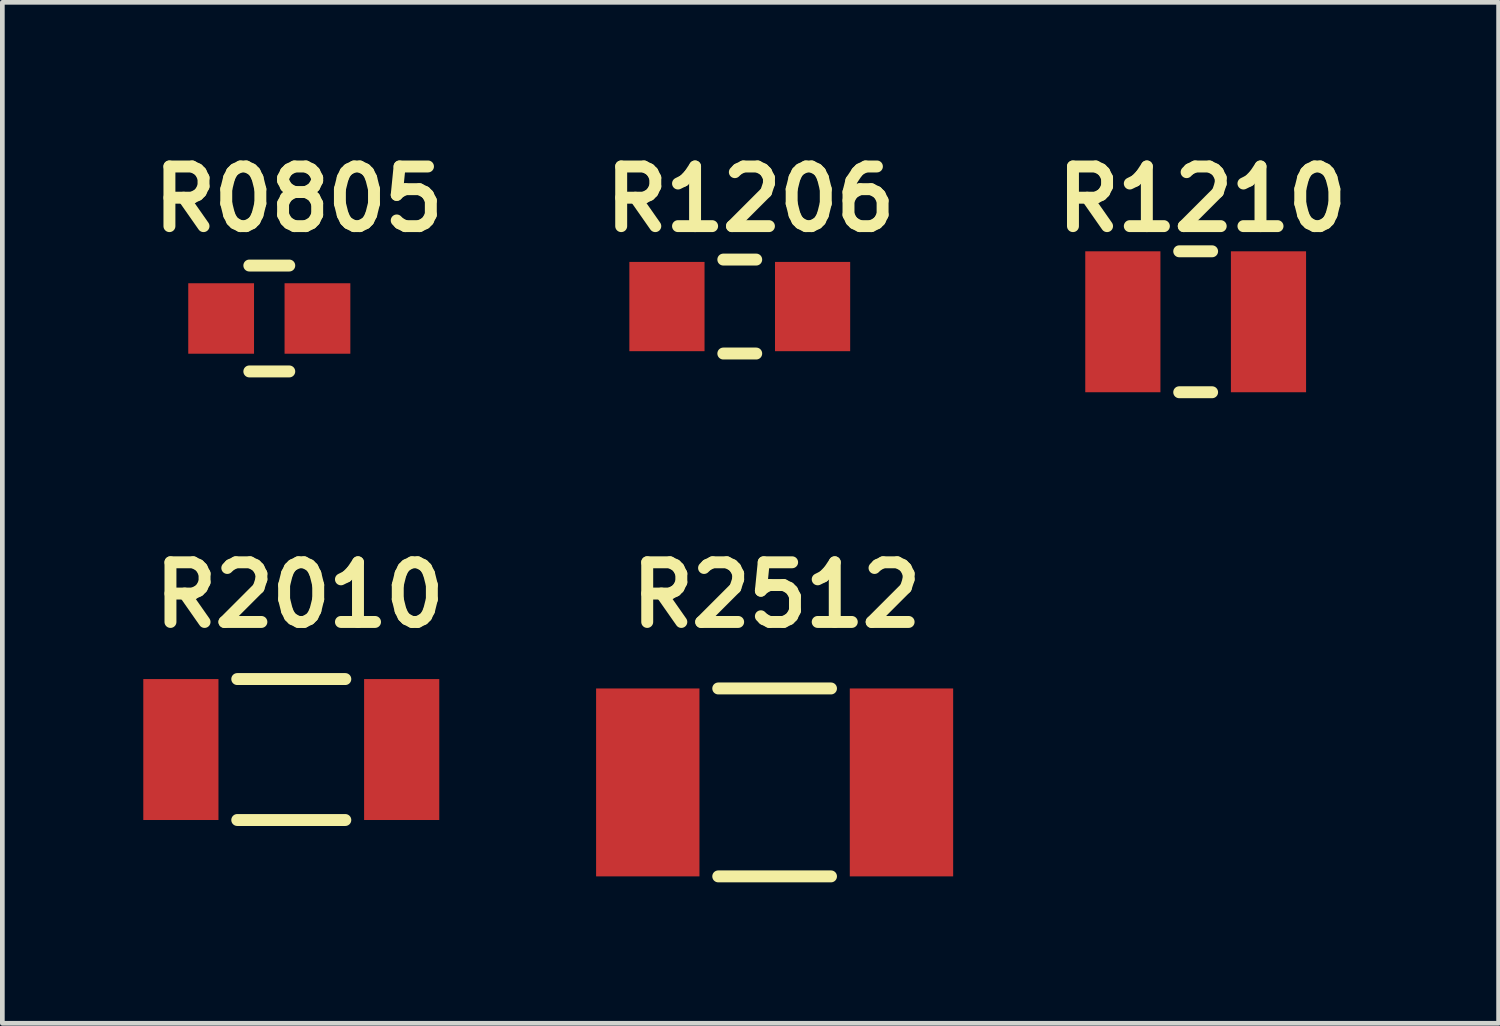
<source format=kicad_pcb>
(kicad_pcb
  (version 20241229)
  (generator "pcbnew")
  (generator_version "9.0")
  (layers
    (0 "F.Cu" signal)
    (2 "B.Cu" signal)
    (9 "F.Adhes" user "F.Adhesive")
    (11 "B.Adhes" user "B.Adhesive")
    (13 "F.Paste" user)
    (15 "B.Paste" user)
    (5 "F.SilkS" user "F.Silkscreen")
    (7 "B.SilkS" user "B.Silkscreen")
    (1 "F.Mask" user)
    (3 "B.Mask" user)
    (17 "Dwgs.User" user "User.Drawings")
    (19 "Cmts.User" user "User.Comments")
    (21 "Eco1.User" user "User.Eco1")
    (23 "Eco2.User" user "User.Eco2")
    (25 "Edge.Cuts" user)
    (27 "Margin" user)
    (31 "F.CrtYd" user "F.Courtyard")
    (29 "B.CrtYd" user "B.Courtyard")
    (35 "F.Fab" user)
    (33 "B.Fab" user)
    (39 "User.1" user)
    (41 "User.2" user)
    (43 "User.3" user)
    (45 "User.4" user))
  (footprint "R1206"
    (layer "F.Cu")
    (at 12.746 3.475)
    (property "Reference" "R1206" (at 0.178 -2.286 0) (layer "F.SilkS") (effects (font (size 1.27 1.27) (thickness 0.254))))
    (attr through_hole)
    (fp_line (start -0.4 -1) (end 0.3 -1) (stroke (width 0.254) (type solid)) (layer "F.SilkS"))
    (fp_line (start -0.4 1) (end 0.3 1) (stroke (width 0.254) (type solid)) (layer "F.SilkS"))
    (pad "1" smd rect (at -1.6 0) (size 1.6 1.9) (layers "F.Cu" "F.Mask" "F.Paste"))
    (pad "2" smd rect (at 1.5 0) (size 1.6 1.9) (layers "F.Cu" "F.Mask" "F.Paste")))
  (footprint "R2512"
    (layer "F.Cu")
    (at 10.738 13.604)
    (property "Reference" "R2512" (at 2.74 -3.99 0) (layer "F.SilkS") (effects (font (size 1.27 1.27) (thickness 0.254))))
    (attr through_hole)
    (fp_line (start 1.5 -2) (end 3.9 -2) (stroke (width 0.254) (type solid)) (layer "F.SilkS"))
    (fp_line (start 1.5 2) (end 3.9 2) (stroke (width 0.254) (type solid)) (layer "F.SilkS"))
    (pad "1" smd rect (at 0 0) (size 2.2 4) (layers "F.Cu" "F.Mask" "F.Paste"))
    (pad "2" smd rect (at 5.4 0) (size 2.2 4) (layers "F.Cu" "F.Mask" "F.Paste")))
  (footprint "R1210"
    (layer "F.Cu")
    (at 20.85 3.799)
    (property "Reference" "R1210" (at 1.69 -2.61 0) (layer "F.SilkS") (effects (font (size 1.27 1.27) (thickness 0.254))))
    (attr through_hole)
    (fp_line (start 1.2 -1.5) (end 1.9 -1.5) (stroke (width 0.254) (type solid)) (layer "F.SilkS"))
    (fp_line (start 1.2 1.5) (end 1.9 1.5) (stroke (width 0.254) (type solid)) (layer "F.SilkS"))
    (pad "1" smd rect (at 0 0) (size 1.6 3) (layers "F.Cu" "F.Mask" "F.Paste"))
    (pad "2" smd rect (at 3.1 0) (size 1.6 3) (layers "F.Cu" "F.Mask" "F.Paste")))
  (footprint "R0805"
    (layer "F.Cu")
    (at 1.657 3.729)
    (property "Reference" "R0805" (at 1.651 -2.54 0) (layer "F.SilkS") (effects (font (size 1.27 1.27) (thickness 0.254))))
    (attr through_hole)
    (fp_line (start 0.6 -1.127) (end 1.45 -1.127) (stroke (width 0.254) (type solid)) (layer "F.SilkS"))
    (fp_line (start 0.6 1.127) (end 1.45 1.127) (stroke (width 0.254) (type solid)) (layer "F.SilkS"))
    (pad "1" smd rect (at 0 0) (size 1.4 1.5) (layers "F.Cu" "F.Mask" "F.Paste"))
    (pad "2" smd rect (at 2.05 0) (size 1.4 1.5) (layers "F.Cu" "F.Mask" "F.Paste")))
  (footprint "R2010"
    (layer "F.Cu")
    (at 0.8 12.904)
    (property "Reference" "R2010" (at 2.53 -3.29 0) (layer "F.SilkS") (effects (font (size 1.27 1.27) (thickness 0.254))))
    (attr through_hole)
    (fp_line (start 1.2 -1.5) (end 3.5 -1.5) (stroke (width 0.254) (type solid)) (layer "F.SilkS"))
    (fp_line (start 1.2 1.5) (end 3.5 1.5) (stroke (width 0.254) (type solid)) (layer "F.SilkS"))
    (pad "1" smd rect (at 0 0) (size 1.6 3) (layers "F.Cu" "F.Mask" "F.Paste"))
    (pad "2" smd rect (at 4.7 0) (size 1.6 3) (layers "F.Cu" "F.Mask" "F.Paste")))
  (gr_rect
    (start -3 -3)
    (end 28.848 18.731)
    (stroke (width 0.1) (type default))
    (fill no)
    (layer "Edge.Cuts")))
</source>
